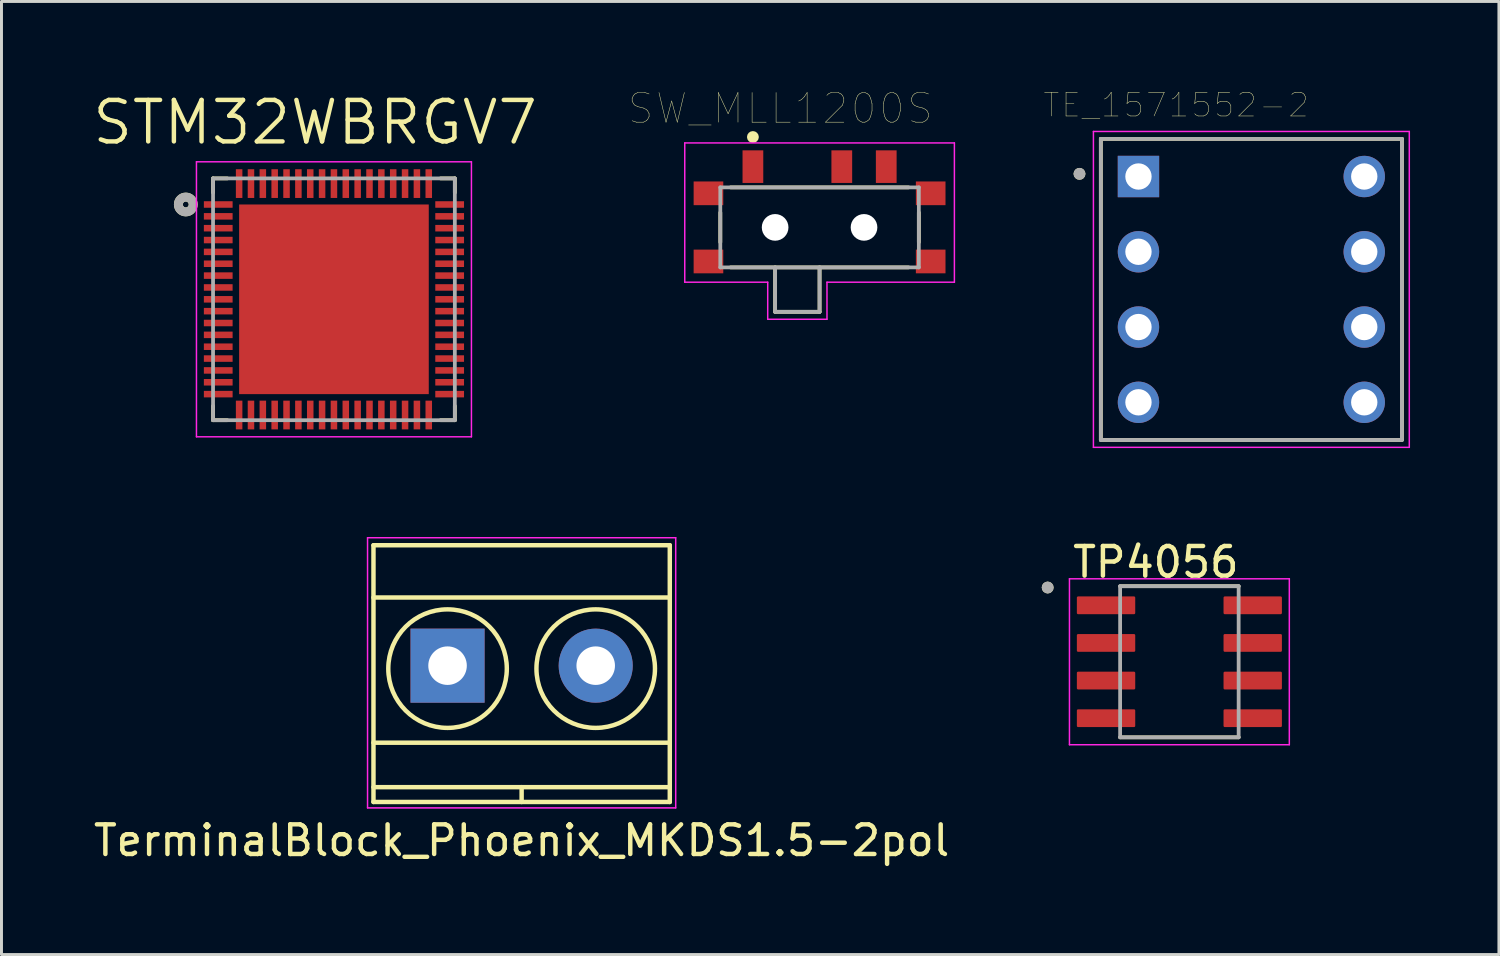
<source format=kicad_pcb>
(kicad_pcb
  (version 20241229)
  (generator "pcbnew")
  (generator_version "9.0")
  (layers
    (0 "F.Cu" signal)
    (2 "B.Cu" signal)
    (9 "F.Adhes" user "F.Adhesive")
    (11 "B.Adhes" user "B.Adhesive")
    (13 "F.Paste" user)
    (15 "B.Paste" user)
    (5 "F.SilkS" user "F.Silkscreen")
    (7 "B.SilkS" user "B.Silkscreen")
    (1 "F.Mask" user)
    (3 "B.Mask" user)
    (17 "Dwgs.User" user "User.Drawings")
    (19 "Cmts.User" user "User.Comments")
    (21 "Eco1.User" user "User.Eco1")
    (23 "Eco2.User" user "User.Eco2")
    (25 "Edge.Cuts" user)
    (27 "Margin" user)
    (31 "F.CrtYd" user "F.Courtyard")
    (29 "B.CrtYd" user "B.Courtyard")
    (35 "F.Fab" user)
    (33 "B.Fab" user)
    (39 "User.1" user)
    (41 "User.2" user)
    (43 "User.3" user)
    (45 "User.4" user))
  (footprint "TP4056"
    (layer "F.Cu")
    (at 36.752 19.283)
    (property "Reference" "TP4056" (at -0.795 -3.362 0) (layer "F.SilkS") (effects (font (size 1 1) (thickness 0.15))))
    (attr through_hole)
    (fp_line (start -2 -2.55) (end 2 -2.55) (stroke (width 0.127) (type solid)) (layer "F.SilkS"))
    (fp_line (start -2 2.55) (end 2 2.55) (stroke (width 0.127) (type solid)) (layer "F.SilkS"))
    (fp_circle (center -4.445 -2.505) (end -4.345 -2.505) (stroke (width 0.2) (type solid)) (fill no) (layer "F.SilkS"))
    (fp_line (start -3.71 -2.8) (end -3.71 2.8) (stroke (width 0.05) (type solid)) (layer "F.CrtYd"))
    (fp_line (start -3.71 -2.8) (end 3.71 -2.8) (stroke (width 0.05) (type solid)) (layer "F.CrtYd"))
    (fp_line (start -3.71 2.8) (end 3.71 2.8) (stroke (width 0.05) (type solid)) (layer "F.CrtYd"))
    (fp_line (start 3.71 -2.8) (end 3.71 2.8) (stroke (width 0.05) (type solid)) (layer "F.CrtYd"))
    (fp_line (start -2 -2.55) (end -2 2.55) (stroke (width 0.127) (type solid)) (layer "F.Fab"))
    (fp_line (start -2 -2.55) (end 2 -2.55) (stroke (width 0.127) (type solid)) (layer "F.Fab"))
    (fp_line (start -2 2.55) (end 2 2.55) (stroke (width 0.127) (type solid)) (layer "F.Fab"))
    (fp_line (start 2 -2.55) (end 2 2.55) (stroke (width 0.127) (type solid)) (layer "F.Fab"))
    (fp_circle (center -4.445 -2.505) (end -4.345 -2.505) (stroke (width 0.2) (type solid)) (fill no) (layer "F.Fab"))
    (pad "1" smd roundrect (at -2.475 -1.905) (size 1.97 0.6) (layers "F.Cu" "F.Mask" "F.Paste") (roundrect_rratio 0.07))
    (pad "2" smd roundrect (at -2.475 -0.635) (size 1.97 0.6) (layers "F.Cu" "F.Mask" "F.Paste") (roundrect_rratio 0.07))
    (pad "3" smd roundrect (at -2.475 0.635) (size 1.97 0.6) (layers "F.Cu" "F.Mask" "F.Paste") (roundrect_rratio 0.07))
    (pad "4" smd roundrect (at -2.475 1.905) (size 1.97 0.6) (layers "F.Cu" "F.Mask" "F.Paste") (roundrect_rratio 0.07))
    (pad "5" smd roundrect (at 2.475 1.905) (size 1.97 0.6) (layers "F.Cu" "F.Mask" "F.Paste") (roundrect_rratio 0.07))
    (pad "6" smd roundrect (at 2.475 0.635) (size 1.97 0.6) (layers "F.Cu" "F.Mask" "F.Paste") (roundrect_rratio 0.07))
    (pad "7" smd roundrect (at 2.475 -0.635) (size 1.97 0.6) (layers "F.Cu" "F.Mask" "F.Paste") (roundrect_rratio 0.07))
    (pad "8" smd roundrect (at 2.475 -1.905) (size 1.97 0.6) (layers "F.Cu" "F.Mask" "F.Paste") (roundrect_rratio 0.07)))
  (footprint "SW_MLL1200S"
    (layer "F.Cu")
    (at 24.609 4.624)
    (property "Reference" "SW_MLL1200S" (at -1.325 -4.013 0) (layer "F.SilkS") (effects (font (size 1 1) (thickness 0.015))))
    (attr through_hole)
    (fp_line (start -3.35 -0.5) (end -3.35 0.5) (stroke (width 0.127) (type solid)) (layer "F.SilkS"))
    (fp_line (start -3 -1.35) (end 3 -1.35) (stroke (width 0.127) (type solid)) (layer "F.SilkS"))
    (fp_line (start -3 1.35) (end 3 1.35) (stroke (width 0.127) (type solid)) (layer "F.SilkS"))
    (fp_line (start -1.5 1.35) (end -1.5 2.85) (stroke (width 0.127) (type solid)) (layer "F.SilkS"))
    (fp_line (start -1.5 2.85) (end 0 2.85) (stroke (width 0.127) (type solid)) (layer "F.SilkS"))
    (fp_line (start 0 2.85) (end 0 1.35) (stroke (width 0.127) (type solid)) (layer "F.SilkS"))
    (fp_line (start 3.35 -0.5) (end 3.35 0.5) (stroke (width 0.127) (type solid)) (layer "F.SilkS"))
    (fp_circle (center -2.25 -3.05) (end -2.15 -3.05) (stroke (width 0.2) (type solid)) (fill no) (layer "F.SilkS"))
    (fp_line (start -4.55 -2.85) (end -4.55 1.85) (stroke (width 0.05) (type solid)) (layer "F.CrtYd"))
    (fp_line (start -4.55 1.85) (end -1.75 1.85) (stroke (width 0.05) (type solid)) (layer "F.CrtYd"))
    (fp_line (start -1.75 1.85) (end -1.75 3.1) (stroke (width 0.05) (type solid)) (layer "F.CrtYd"))
    (fp_line (start -1.75 3.1) (end 0.25 3.1) (stroke (width 0.05) (type solid)) (layer "F.CrtYd"))
    (fp_line (start 0.25 1.85) (end 4.55 1.85) (stroke (width 0.05) (type solid)) (layer "F.CrtYd"))
    (fp_line (start 0.25 3.1) (end 0.25 1.85) (stroke (width 0.05) (type solid)) (layer "F.CrtYd"))
    (fp_line (start 4.55 -2.85) (end -4.55 -2.85) (stroke (width 0.05) (type solid)) (layer "F.CrtYd"))
    (fp_line (start 4.55 1.85) (end 4.55 -2.85) (stroke (width 0.05) (type solid)) (layer "F.CrtYd"))
    (fp_line (start -3.35 -1.35) (end 3.35 -1.35) (stroke (width 0.127) (type solid)) (layer "F.Fab"))
    (fp_line (start -3.35 1.35) (end -3.35 -1.35) (stroke (width 0.127) (type solid)) (layer "F.Fab"))
    (fp_line (start -1.5 1.35) (end -1.5 2.85) (stroke (width 0.127) (type solid)) (layer "F.Fab"))
    (fp_line (start -1.5 2.85) (end 0 2.85) (stroke (width 0.127) (type solid)) (layer "F.Fab"))
    (fp_line (start 0 2.85) (end 0 1.35) (stroke (width 0.127) (type solid)) (layer "F.Fab"))
    (fp_line (start 3.35 -1.35) (end 3.35 1.35) (stroke (width 0.127) (type solid)) (layer "F.Fab"))
    (fp_line (start 3.35 1.35) (end -3.35 1.35) (stroke (width 0.127) (type solid)) (layer "F.Fab"))
    (pad "" np_thru_hole circle (at -1.5 0) (size 0.9 0.9) (drill 0.9) (layers "*.Cu" "*.Mask"))
    (pad "" np_thru_hole circle (at 1.5 0) (size 0.9 0.9) (drill 0.9) (layers "*.Cu" "*.Mask"))
    (pad "1" smd rect (at -2.25 -2.05) (size 0.7 1.1) (layers "F.Cu" "F.Mask" "F.Paste"))
    (pad "2" smd rect (at 0.75 -2.05) (size 0.7 1.1) (layers "F.Cu" "F.Mask" "F.Paste"))
    (pad "3" smd rect (at 2.25 -2.05) (size 0.7 1.1) (layers "F.Cu" "F.Mask" "F.Paste"))
    (pad "G1" smd rect (at -3.75 -1.15) (size 1 0.8) (layers "F.Cu" "F.Mask" "F.Paste"))
    (pad "G2" smd rect (at 3.75 -1.15) (size 1 0.8) (layers "F.Cu" "F.Mask" "F.Paste"))
    (pad "G3" smd rect (at -3.75 1.15) (size 1 0.8) (layers "F.Cu" "F.Mask" "F.Paste"))
    (pad "G4" smd rect (at 3.75 1.15) (size 1 0.8) (layers "F.Cu" "F.Mask" "F.Paste")))
  (footprint "STM32WBRGV7"
    (layer "F.Cu")
    (at 8.22 7.051)
    (property "Reference" "STM32WBRGV7" (at -0.635 -5.969 0) (layer "F.SilkS") (effects (font (size 1.4 1.4) (thickness 0.15))))
    (attr through_hole)
    (fp_line (start -4.08 -4.08) (end -4.08 -3.6) (stroke (width 0.127) (type solid)) (layer "F.SilkS"))
    (fp_line (start -4.08 3.6) (end -4.08 4.08) (stroke (width 0.127) (type solid)) (layer "F.SilkS"))
    (fp_line (start -4.08 4.08) (end -3.6 4.08) (stroke (width 0.127) (type solid)) (layer "F.SilkS"))
    (fp_line (start -3.6 -4.08) (end -4.08 -4.08) (stroke (width 0.127) (type solid)) (layer "F.SilkS"))
    (fp_line (start 3.6 -4.08) (end 4.08 -4.08) (stroke (width 0.127) (type solid)) (layer "F.SilkS"))
    (fp_line (start 3.6 4.08) (end 4.08 4.08) (stroke (width 0.127) (type solid)) (layer "F.SilkS"))
    (fp_line (start 4.08 -4.08) (end 4.08 -3.6) (stroke (width 0.127) (type solid)) (layer "F.SilkS"))
    (fp_line (start 4.08 4.08) (end 4.08 3.6) (stroke (width 0.127) (type solid)) (layer "F.SilkS"))
    (fp_circle (center -5 -3.2) (end -4.9 -3.2) (stroke (width 0.3) (type solid)) (fill no) (layer "F.SilkS"))
    (fp_poly (pts (xy -2.885 -2.885) (xy -1.375 -2.885) (xy -1.375 -1.375) (xy -2.885 -1.375)) (stroke (width 0.01) (type solid)) (fill yes) (layer "F.Paste"))
    (fp_poly (pts (xy -2.885 -0.755) (xy -1.375 -0.755) (xy -1.375 0.755) (xy -2.885 0.755)) (stroke (width 0.01) (type solid)) (fill yes) (layer "F.Paste"))
    (fp_poly (pts (xy -2.885 1.375) (xy -1.375 1.375) (xy -1.375 2.885) (xy -2.885 2.885)) (stroke (width 0.01) (type solid)) (fill yes) (layer "F.Paste"))
    (fp_poly (pts (xy -0.755 -2.885) (xy 0.755 -2.885) (xy 0.755 -1.375) (xy -0.755 -1.375)) (stroke (width 0.01) (type solid)) (fill yes) (layer "F.Paste"))
    (fp_poly (pts (xy -0.755 -0.755) (xy 0.755 -0.755) (xy 0.755 0.755) (xy -0.755 0.755)) (stroke (width 0.01) (type solid)) (fill yes) (layer "F.Paste"))
    (fp_poly (pts (xy -0.755 1.375) (xy 0.755 1.375) (xy 0.755 2.885) (xy -0.755 2.885)) (stroke (width 0.01) (type solid)) (fill yes) (layer "F.Paste"))
    (fp_poly (pts (xy 1.375 -2.885) (xy 2.885 -2.885) (xy 2.885 -1.375) (xy 1.375 -1.375)) (stroke (width 0.01) (type solid)) (fill yes) (layer "F.Paste"))
    (fp_poly (pts (xy 1.375 -0.755) (xy 2.885 -0.755) (xy 2.885 0.755) (xy 1.375 0.755)) (stroke (width 0.01) (type solid)) (fill yes) (layer "F.Paste"))
    (fp_poly (pts (xy 1.375 1.375) (xy 2.885 1.375) (xy 2.885 2.885) (xy 1.375 2.885)) (stroke (width 0.01) (type solid)) (fill yes) (layer "F.Paste"))
    (fp_line (start -4.64 -4.64) (end 4.64 -4.64) (stroke (width 0.05) (type solid)) (layer "F.CrtYd"))
    (fp_line (start -4.64 4.64) (end -4.64 -4.64) (stroke (width 0.05) (type solid)) (layer "F.CrtYd"))
    (fp_line (start 4.64 -4.64) (end 4.64 4.64) (stroke (width 0.05) (type solid)) (layer "F.CrtYd"))
    (fp_line (start 4.64 4.64) (end -4.64 4.64) (stroke (width 0.05) (type solid)) (layer "F.CrtYd"))
    (fp_line (start -4.08 -4.08) (end 4.08 -4.08) (stroke (width 0.127) (type solid)) (layer "F.Fab"))
    (fp_line (start -4.08 4.08) (end -4.08 -4.08) (stroke (width 0.127) (type solid)) (layer "F.Fab"))
    (fp_line (start 4.08 -4.08) (end 4.08 4.08) (stroke (width 0.127) (type solid)) (layer "F.Fab"))
    (fp_line (start 4.08 4.08) (end -4.08 4.08) (stroke (width 0.127) (type solid)) (layer "F.Fab"))
    (fp_circle (center -5 -3.2) (end -4.9 -3.2) (stroke (width 0.3) (type solid)) (fill no) (layer "F.Fab"))
    (pad "1" smd rect (at -3.905 -3.2) (size 0.97 0.22) (layers "F.Cu" "F.Mask" "F.Paste"))
    (pad "2" smd rect (at -3.905 -2.8) (size 0.97 0.22) (layers "F.Cu" "F.Mask" "F.Paste"))
    (pad "3" smd rect (at -3.905 -2.4) (size 0.97 0.22) (layers "F.Cu" "F.Mask" "F.Paste"))
    (pad "4" smd rect (at -3.905 -2) (size 0.97 0.22) (layers "F.Cu" "F.Mask" "F.Paste"))
    (pad "5" smd rect (at -3.905 -1.6) (size 0.97 0.22) (layers "F.Cu" "F.Mask" "F.Paste"))
    (pad "6" smd rect (at -3.905 -1.2) (size 0.97 0.22) (layers "F.Cu" "F.Mask" "F.Paste"))
    (pad "7" smd rect (at -3.905 -0.8) (size 0.97 0.22) (layers "F.Cu" "F.Mask" "F.Paste"))
    (pad "8" smd rect (at -3.905 -0.4) (size 0.97 0.22) (layers "F.Cu" "F.Mask" "F.Paste"))
    (pad "9" smd rect (at -3.905 0) (size 0.97 0.22) (layers "F.Cu" "F.Mask" "F.Paste"))
    (pad "10" smd rect (at -3.905 0.4) (size 0.97 0.22) (layers "F.Cu" "F.Mask" "F.Paste"))
    (pad "11" smd rect (at -3.905 0.8) (size 0.97 0.22) (layers "F.Cu" "F.Mask" "F.Paste"))
    (pad "12" smd rect (at -3.905 1.2) (size 0.97 0.22) (layers "F.Cu" "F.Mask" "F.Paste"))
    (pad "13" smd rect (at -3.905 1.6) (size 0.97 0.22) (layers "F.Cu" "F.Mask" "F.Paste"))
    (pad "14" smd rect (at -3.905 2) (size 0.97 0.22) (layers "F.Cu" "F.Mask" "F.Paste"))
    (pad "15" smd rect (at -3.905 2.4) (size 0.97 0.22) (layers "F.Cu" "F.Mask" "F.Paste"))
    (pad "16" smd rect (at -3.905 2.8) (size 0.97 0.22) (layers "F.Cu" "F.Mask" "F.Paste"))
    (pad "17" smd rect (at -3.905 3.2) (size 0.97 0.22) (layers "F.Cu" "F.Mask" "F.Paste"))
    (pad "18" smd rect (at -3.2 3.905) (size 0.22 0.97) (layers "F.Cu" "F.Mask" "F.Paste"))
    (pad "19" smd rect (at -2.8 3.905) (size 0.22 0.97) (layers "F.Cu" "F.Mask" "F.Paste"))
    (pad "20" smd rect (at -2.4 3.905) (size 0.22 0.97) (layers "F.Cu" "F.Mask" "F.Paste"))
    (pad "21" smd rect (at -2 3.905) (size 0.22 0.97) (layers "F.Cu" "F.Mask" "F.Paste"))
    (pad "22" smd rect (at -1.6 3.905) (size 0.22 0.97) (layers "F.Cu" "F.Mask" "F.Paste"))
    (pad "23" smd rect (at -1.2 3.905) (size 0.22 0.97) (layers "F.Cu" "F.Mask" "F.Paste"))
    (pad "24" smd rect (at -0.8 3.905) (size 0.22 0.97) (layers "F.Cu" "F.Mask" "F.Paste"))
    (pad "25" smd rect (at -0.4 3.905) (size 0.22 0.97) (layers "F.Cu" "F.Mask" "F.Paste"))
    (pad "26" smd rect (at 0 3.905) (size 0.22 0.97) (layers "F.Cu" "F.Mask" "F.Paste"))
    (pad "27" smd rect (at 0.4 3.905) (size 0.22 0.97) (layers "F.Cu" "F.Mask" "F.Paste"))
    (pad "28" smd rect (at 0.8 3.905) (size 0.22 0.97) (layers "F.Cu" "F.Mask" "F.Paste"))
    (pad "29" smd rect (at 1.2 3.905) (size 0.22 0.97) (layers "F.Cu" "F.Mask" "F.Paste"))
    (pad "30" smd rect (at 1.6 3.905) (size 0.22 0.97) (layers "F.Cu" "F.Mask" "F.Paste"))
    (pad "31" smd rect (at 2 3.905) (size 0.22 0.97) (layers "F.Cu" "F.Mask" "F.Paste"))
    (pad "32" smd rect (at 2.4 3.905) (size 0.22 0.97) (layers "F.Cu" "F.Mask" "F.Paste"))
    (pad "33" smd rect (at 2.8 3.905) (size 0.22 0.97) (layers "F.Cu" "F.Mask" "F.Paste"))
    (pad "34" smd rect (at 3.2 3.905) (size 0.22 0.97) (layers "F.Cu" "F.Mask" "F.Paste"))
    (pad "35" smd rect (at 3.905 3.2) (size 0.97 0.22) (layers "F.Cu" "F.Mask" "F.Paste"))
    (pad "36" smd rect (at 3.905 2.8) (size 0.97 0.22) (layers "F.Cu" "F.Mask" "F.Paste"))
    (pad "37" smd rect (at 3.905 2.4) (size 0.97 0.22) (layers "F.Cu" "F.Mask" "F.Paste"))
    (pad "38" smd rect (at 3.905 2) (size 0.97 0.22) (layers "F.Cu" "F.Mask" "F.Paste"))
    (pad "39" smd rect (at 3.905 1.6) (size 0.97 0.22) (layers "F.Cu" "F.Mask" "F.Paste"))
    (pad "40" smd rect (at 3.905 1.2) (size 0.97 0.22) (layers "F.Cu" "F.Mask" "F.Paste"))
    (pad "41" smd rect (at 3.905 0.8) (size 0.97 0.22) (layers "F.Cu" "F.Mask" "F.Paste"))
    (pad "42" smd rect (at 3.905 0.4) (size 0.97 0.22) (layers "F.Cu" "F.Mask" "F.Paste"))
    (pad "43" smd rect (at 3.905 0) (size 0.97 0.22) (layers "F.Cu" "F.Mask" "F.Paste"))
    (pad "44" smd rect (at 3.905 -0.4) (size 0.97 0.22) (layers "F.Cu" "F.Mask" "F.Paste"))
    (pad "45" smd rect (at 3.905 -0.8) (size 0.97 0.22) (layers "F.Cu" "F.Mask" "F.Paste"))
    (pad "46" smd rect (at 3.905 -1.2) (size 0.97 0.22) (layers "F.Cu" "F.Mask" "F.Paste"))
    (pad "47" smd rect (at 3.905 -1.6) (size 0.97 0.22) (layers "F.Cu" "F.Mask" "F.Paste"))
    (pad "48" smd rect (at 3.905 -2) (size 0.97 0.22) (layers "F.Cu" "F.Mask" "F.Paste"))
    (pad "49" smd rect (at 3.905 -2.4) (size 0.97 0.22) (layers "F.Cu" "F.Mask" "F.Paste"))
    (pad "50" smd rect (at 3.905 -2.8) (size 0.97 0.22) (layers "F.Cu" "F.Mask" "F.Paste"))
    (pad "51" smd rect (at 3.905 -3.2) (size 0.97 0.22) (layers "F.Cu" "F.Mask" "F.Paste"))
    (pad "52" smd rect (at 3.2 -3.905) (size 0.22 0.97) (layers "F.Cu" "F.Mask" "F.Paste"))
    (pad "53" smd rect (at 2.8 -3.905) (size 0.22 0.97) (layers "F.Cu" "F.Mask" "F.Paste"))
    (pad "54" smd rect (at 2.4 -3.905) (size 0.22 0.97) (layers "F.Cu" "F.Mask" "F.Paste"))
    (pad "55" smd rect (at 2 -3.905) (size 0.22 0.97) (layers "F.Cu" "F.Mask" "F.Paste"))
    (pad "56" smd rect (at 1.6 -3.905) (size 0.22 0.97) (layers "F.Cu" "F.Mask" "F.Paste"))
    (pad "57" smd rect (at 1.2 -3.905) (size 0.22 0.97) (layers "F.Cu" "F.Mask" "F.Paste"))
    (pad "58" smd rect (at 0.8 -3.905) (size 0.22 0.97) (layers "F.Cu" "F.Mask" "F.Paste"))
    (pad "59" smd rect (at 0.4 -3.905) (size 0.22 0.97) (layers "F.Cu" "F.Mask" "F.Paste"))
    (pad "60" smd rect (at 0 -3.905) (size 0.22 0.97) (layers "F.Cu" "F.Mask" "F.Paste"))
    (pad "61" smd rect (at -0.4 -3.905) (size 0.22 0.97) (layers "F.Cu" "F.Mask" "F.Paste"))
    (pad "62" smd rect (at -0.8 -3.905) (size 0.22 0.97) (layers "F.Cu" "F.Mask" "F.Paste"))
    (pad "63" smd rect (at -1.2 -3.905) (size 0.22 0.97) (layers "F.Cu" "F.Mask" "F.Paste"))
    (pad "64" smd rect (at -1.6 -3.905) (size 0.22 0.97) (layers "F.Cu" "F.Mask" "F.Paste"))
    (pad "65" smd rect (at -2 -3.905) (size 0.22 0.97) (layers "F.Cu" "F.Mask" "F.Paste"))
    (pad "66" smd rect (at -2.4 -3.905) (size 0.22 0.97) (layers "F.Cu" "F.Mask" "F.Paste"))
    (pad "67" smd rect (at -2.8 -3.905) (size 0.22 0.97) (layers "F.Cu" "F.Mask" "F.Paste"))
    (pad "68" smd rect (at -3.2 -3.905) (size 0.22 0.97) (layers "F.Cu" "F.Mask" "F.Paste"))
    (pad "69" smd rect (at 0 0) (size 6.4 6.4) (layers "F.Cu" "F.Mask")))
  (footprint "TerminalBlock_Phoenix_MKDS1.5-2pol"
    (layer "F.Cu")
    (at 12.054 19.415)
    (property "Reference" "TerminalBlock_Phoenix_MKDS1.5-2pol" (at 2.5 5.9 180) (layer "F.SilkS") (effects (font (size 1 1) (thickness 0.15))))
    (attr through_hole)
    (fp_line (start -2.5 -4.064) (end -2.5 4.6) (stroke (width 0.15) (type solid)) (layer "F.SilkS"))
    (fp_line (start -2.5 -2.3) (end 7.5 -2.3) (stroke (width 0.15) (type solid)) (layer "F.SilkS"))
    (fp_line (start -2.5 2.6) (end 7.5 2.6) (stroke (width 0.15) (type solid)) (layer "F.SilkS"))
    (fp_line (start -2.5 4.1) (end 7.5 4.1) (stroke (width 0.15) (type solid)) (layer "F.SilkS"))
    (fp_line (start -2.5 4.6) (end 7.5 4.6) (stroke (width 0.15) (type solid)) (layer "F.SilkS"))
    (fp_line (start 2.5 4.1) (end 2.5 4.6) (stroke (width 0.15) (type solid)) (layer "F.SilkS"))
    (fp_line (start 7.5 -4.064) (end -2.5 -4.064) (stroke (width 0.15) (type solid)) (layer "F.SilkS"))
    (fp_line (start 7.5 4.6) (end 7.5 -4.064) (stroke (width 0.15) (type solid)) (layer "F.SilkS"))
    (fp_circle (center 0 0.1) (end 2 0.1) (stroke (width 0.15) (type solid)) (fill no) (layer "F.SilkS"))
    (fp_circle (center 5 0.1) (end 3 0.1) (stroke (width 0.15) (type solid)) (fill no) (layer "F.SilkS"))
    (fp_line (start -2.7 -4.318) (end 7.7 -4.318) (stroke (width 0.05) (type solid)) (layer "F.CrtYd"))
    (fp_line (start -2.7 4.8) (end -2.7 -4.318) (stroke (width 0.05) (type solid)) (layer "F.CrtYd"))
    (fp_line (start 7.7 -4.318) (end 7.7 4.8) (stroke (width 0.05) (type solid)) (layer "F.CrtYd"))
    (fp_line (start 7.7 4.8) (end -2.7 4.8) (stroke (width 0.05) (type solid)) (layer "F.CrtYd"))
    (pad "1" thru_hole rect (at 0 0) (size 2.5 2.5) (drill 1.3) (layers "*.Cu" "*.Mask"))
    (pad "2" thru_hole circle (at 5 0) (size 2.5 2.5) (drill 1.3) (layers "*.Cu" "*.Mask")))
  (footprint "TE_1571552-2"
    (layer "F.Cu")
    (at 39.181 6.717)
    (property "Reference" "TE_1571552-2" (at -2.54 -6.223 0) (layer "F.SilkS") (effects (font (size 0.8 0.8) (thickness 0.015))))
    (attr through_hole)
    (fp_line (start -5.08 -5.08) (end 5.08 -5.08) (stroke (width 0.127) (type solid)) (layer "F.SilkS"))
    (fp_line (start -5.08 5.08) (end -5.08 -5.08) (stroke (width 0.127) (type solid)) (layer "F.SilkS"))
    (fp_line (start 5.08 -5.08) (end 5.08 5.08) (stroke (width 0.127) (type solid)) (layer "F.SilkS"))
    (fp_line (start 5.08 5.08) (end -5.08 5.08) (stroke (width 0.127) (type solid)) (layer "F.SilkS"))
    (fp_circle (center -5.8 -3.9) (end -5.7 -3.9) (stroke (width 0.2) (type solid)) (fill no) (layer "F.SilkS"))
    (fp_line (start -5.33 -5.33) (end 5.33 -5.33) (stroke (width 0.05) (type solid)) (layer "F.CrtYd"))
    (fp_line (start -5.33 5.33) (end -5.33 -5.33) (stroke (width 0.05) (type solid)) (layer "F.CrtYd"))
    (fp_line (start 5.33 -5.33) (end 5.33 5.33) (stroke (width 0.05) (type solid)) (layer "F.CrtYd"))
    (fp_line (start 5.33 5.33) (end -5.33 5.33) (stroke (width 0.05) (type solid)) (layer "F.CrtYd"))
    (fp_line (start -5.08 -5.08) (end 5.08 -5.08) (stroke (width 0.127) (type solid)) (layer "F.Fab"))
    (fp_line (start -5.08 5.08) (end -5.08 -5.08) (stroke (width 0.127) (type solid)) (layer "F.Fab"))
    (fp_line (start 5.08 -5.08) (end 5.08 5.08) (stroke (width 0.127) (type solid)) (layer "F.Fab"))
    (fp_line (start 5.08 5.08) (end -5.08 5.08) (stroke (width 0.127) (type solid)) (layer "F.Fab"))
    (fp_circle (center -5.8 -3.9) (end -5.7 -3.9) (stroke (width 0.2) (type solid)) (fill no) (layer "F.Fab"))
    (pad "1" thru_hole rect (at -3.81 -3.81) (size 1.397 1.397) (drill 0.889) (layers "*.Cu" "*.Mask"))
    (pad "2" thru_hole circle (at -3.81 -1.27) (size 1.397 1.397) (drill 0.889) (layers "*.Cu" "*.Mask"))
    (pad "3" thru_hole circle (at -3.81 1.27) (size 1.397 1.397) (drill 0.889) (layers "*.Cu" "*.Mask"))
    (pad "4" thru_hole circle (at -3.81 3.81) (size 1.397 1.397) (drill 0.889) (layers "*.Cu" "*.Mask"))
    (pad "5" thru_hole circle (at 3.81 3.81) (size 1.397 1.397) (drill 0.889) (layers "*.Cu" "*.Mask"))
    (pad "6" thru_hole circle (at 3.81 1.27) (size 1.397 1.397) (drill 0.889) (layers "*.Cu" "*.Mask"))
    (pad "7" thru_hole circle (at 3.81 -1.27) (size 1.397 1.397) (drill 0.889) (layers "*.Cu" "*.Mask"))
    (pad "8" thru_hole circle (at 3.81 -3.81) (size 1.397 1.397) (drill 0.889) (layers "*.Cu" "*.Mask")))
  (gr_rect
    (start -3 -3)
    (end 47.536 29.164)
    (stroke (width 0.1) (type default))
    (fill no)
    (layer "Edge.Cuts")))
</source>
